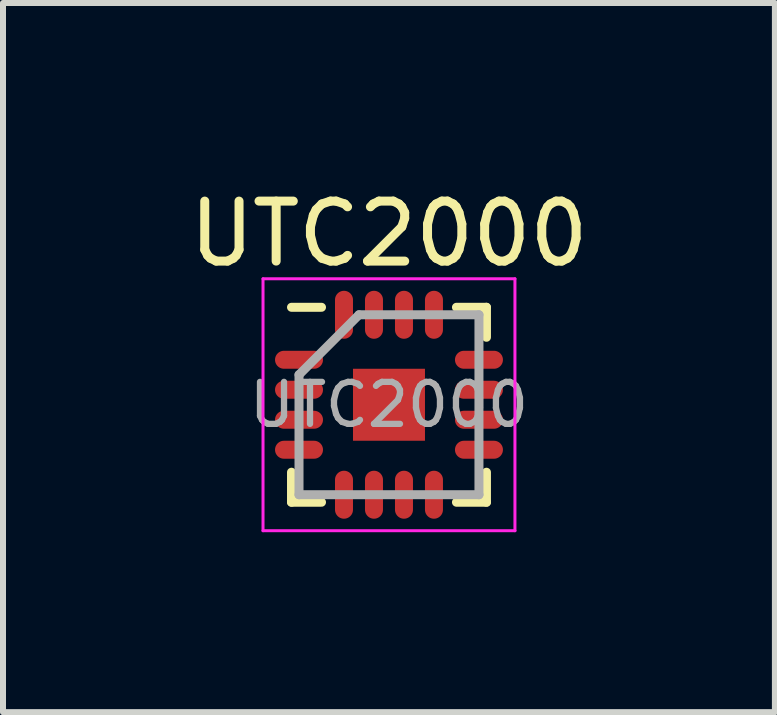
<source format=kicad_pcb>
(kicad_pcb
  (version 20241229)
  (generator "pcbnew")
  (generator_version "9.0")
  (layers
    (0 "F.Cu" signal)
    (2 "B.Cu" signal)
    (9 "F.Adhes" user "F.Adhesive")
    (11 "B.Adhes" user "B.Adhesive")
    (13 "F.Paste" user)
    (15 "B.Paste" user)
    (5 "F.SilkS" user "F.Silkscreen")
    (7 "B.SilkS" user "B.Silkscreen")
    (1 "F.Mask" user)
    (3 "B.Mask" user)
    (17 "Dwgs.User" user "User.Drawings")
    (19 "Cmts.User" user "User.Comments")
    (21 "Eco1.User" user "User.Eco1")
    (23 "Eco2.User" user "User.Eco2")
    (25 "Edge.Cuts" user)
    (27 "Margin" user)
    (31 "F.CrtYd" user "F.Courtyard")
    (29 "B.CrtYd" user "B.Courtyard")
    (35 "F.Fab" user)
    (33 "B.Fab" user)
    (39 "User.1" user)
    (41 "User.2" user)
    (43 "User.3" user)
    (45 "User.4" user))
  (footprint "UTC2000"
    (layer "F.Cu")
    (at 3.435 3.698)
    (property "Reference" "UTC2000" (at 0 -2.85 0) (layer "F.SilkS") (effects (font (size 1 1) (thickness 0.15))))
    (attr smd)
    (fp_line (start -1.625 -1.625) (end -1.125 -1.625) (stroke (width 0.15) (type solid)) (layer "F.SilkS"))
    (fp_line (start -1.625 1.625) (end -1.625 1.125) (stroke (width 0.15) (type solid)) (layer "F.SilkS"))
    (fp_line (start -1.625 1.625) (end -1.125 1.625) (stroke (width 0.15) (type solid)) (layer "F.SilkS"))
    (fp_line (start 1.625 -1.625) (end 1.125 -1.625) (stroke (width 0.15) (type solid)) (layer "F.SilkS"))
    (fp_line (start 1.625 -1.625) (end 1.625 -1.125) (stroke (width 0.15) (type solid)) (layer "F.SilkS"))
    (fp_line (start 1.625 1.625) (end 1.125 1.625) (stroke (width 0.15) (type solid)) (layer "F.SilkS"))
    (fp_line (start 1.625 1.625) (end 1.625 1.125) (stroke (width 0.15) (type solid)) (layer "F.SilkS"))
    (fp_line (start -2.1 -2.1) (end -2.1 2.1) (stroke (width 0.05) (type solid)) (layer "F.CrtYd"))
    (fp_line (start -2.1 -2.1) (end 2.1 -2.1) (stroke (width 0.05) (type solid)) (layer "F.CrtYd"))
    (fp_line (start -2.1 2.1) (end 2.1 2.1) (stroke (width 0.05) (type solid)) (layer "F.CrtYd"))
    (fp_line (start 2.1 -2.1) (end 2.1 2.1) (stroke (width 0.05) (type solid)) (layer "F.CrtYd"))
    (fp_line (start -1.5 -0.5) (end -0.5 -1.5) (stroke (width 0.15) (type solid)) (layer "F.Fab"))
    (fp_line (start -1.5 1.5) (end -1.5 -0.5) (stroke (width 0.15) (type solid)) (layer "F.Fab"))
    (fp_line (start -0.5 -1.5) (end 1.5 -1.5) (stroke (width 0.15) (type solid)) (layer "F.Fab"))
    (fp_line (start 1.5 -1.5) (end 1.5 1.5) (stroke (width 0.15) (type solid)) (layer "F.Fab"))
    (fp_line (start 1.5 1.5) (end -1.5 1.5) (stroke (width 0.15) (type solid)) (layer "F.Fab"))
    (fp_text user "${REFERENCE}" (at 0 0 0) (layer "F.Fab") (effects (font (size 0.7 0.7) (thickness 0.105))))
    (pad "" smd rect (at -0.3 -0.3) (size 0.48 0.48) (layers "F.Paste"))
    (pad "" smd rect (at -0.3 0.3) (size 0.48 0.48) (layers "F.Paste"))
    (pad "" smd rect (at 0.3 -0.3) (size 0.48 0.48) (layers "F.Paste"))
    (pad "" smd rect (at 0.3 0.3) (size 0.48 0.48) (layers "F.Paste"))
    (pad "1" smd oval (at -1.5 -0.75) (size 0.8 0.3) (layers "F.Cu" "F.Mask" "F.Paste"))
    (pad "2" smd oval (at -1.5 -0.25) (size 0.8 0.3) (layers "F.Cu" "F.Mask" "F.Paste"))
    (pad "3" smd oval (at -1.5 0.25) (size 0.8 0.3) (layers "F.Cu" "F.Mask" "F.Paste"))
    (pad "4" smd oval (at -1.5 0.75) (size 0.8 0.3) (layers "F.Cu" "F.Mask" "F.Paste"))
    (pad "5" smd oval (at -0.75 1.5 90) (size 0.8 0.3) (layers "F.Cu" "F.Mask" "F.Paste"))
    (pad "6" smd oval (at -0.25 1.5 90) (size 0.8 0.3) (layers "F.Cu" "F.Mask" "F.Paste"))
    (pad "7" smd oval (at 0.25 1.5 90) (size 0.8 0.3) (layers "F.Cu" "F.Mask" "F.Paste"))
    (pad "8" smd oval (at 0.75 1.5 90) (size 0.8 0.3) (layers "F.Cu" "F.Mask" "F.Paste"))
    (pad "9" smd oval (at 1.5 0.75) (size 0.8 0.3) (layers "F.Cu" "F.Mask" "F.Paste"))
    (pad "10" smd oval (at 1.5 0.25) (size 0.8 0.3) (layers "F.Cu" "F.Mask" "F.Paste"))
    (pad "11" smd oval (at 1.5 -0.25) (size 0.8 0.3) (layers "F.Cu" "F.Mask" "F.Paste"))
    (pad "12" smd oval (at 1.5 -0.75) (size 0.8 0.3) (layers "F.Cu" "F.Mask" "F.Paste"))
    (pad "13" smd oval (at 0.75 -1.5 90) (size 0.8 0.3) (layers "F.Cu" "F.Mask" "F.Paste"))
    (pad "14" smd oval (at 0.25 -1.5 90) (size 0.8 0.3) (layers "F.Cu" "F.Mask" "F.Paste"))
    (pad "15" smd oval (at -0.25 -1.5 90) (size 0.8 0.3) (layers "F.Cu" "F.Mask" "F.Paste"))
    (pad "16" smd oval (at -0.75 -1.5 90) (size 0.8 0.3) (layers "F.Cu" "F.Mask" "F.Paste"))
    (pad "17" smd rect (at 0 0) (size 1.2 1.2) (layers "F.Cu" "F.Mask")))
  (gr_rect
    (start -3 -3)
    (end 9.869 8.823)
    (stroke (width 0.1) (type default))
    (fill no)
    (layer "Edge.Cuts")))
</source>
